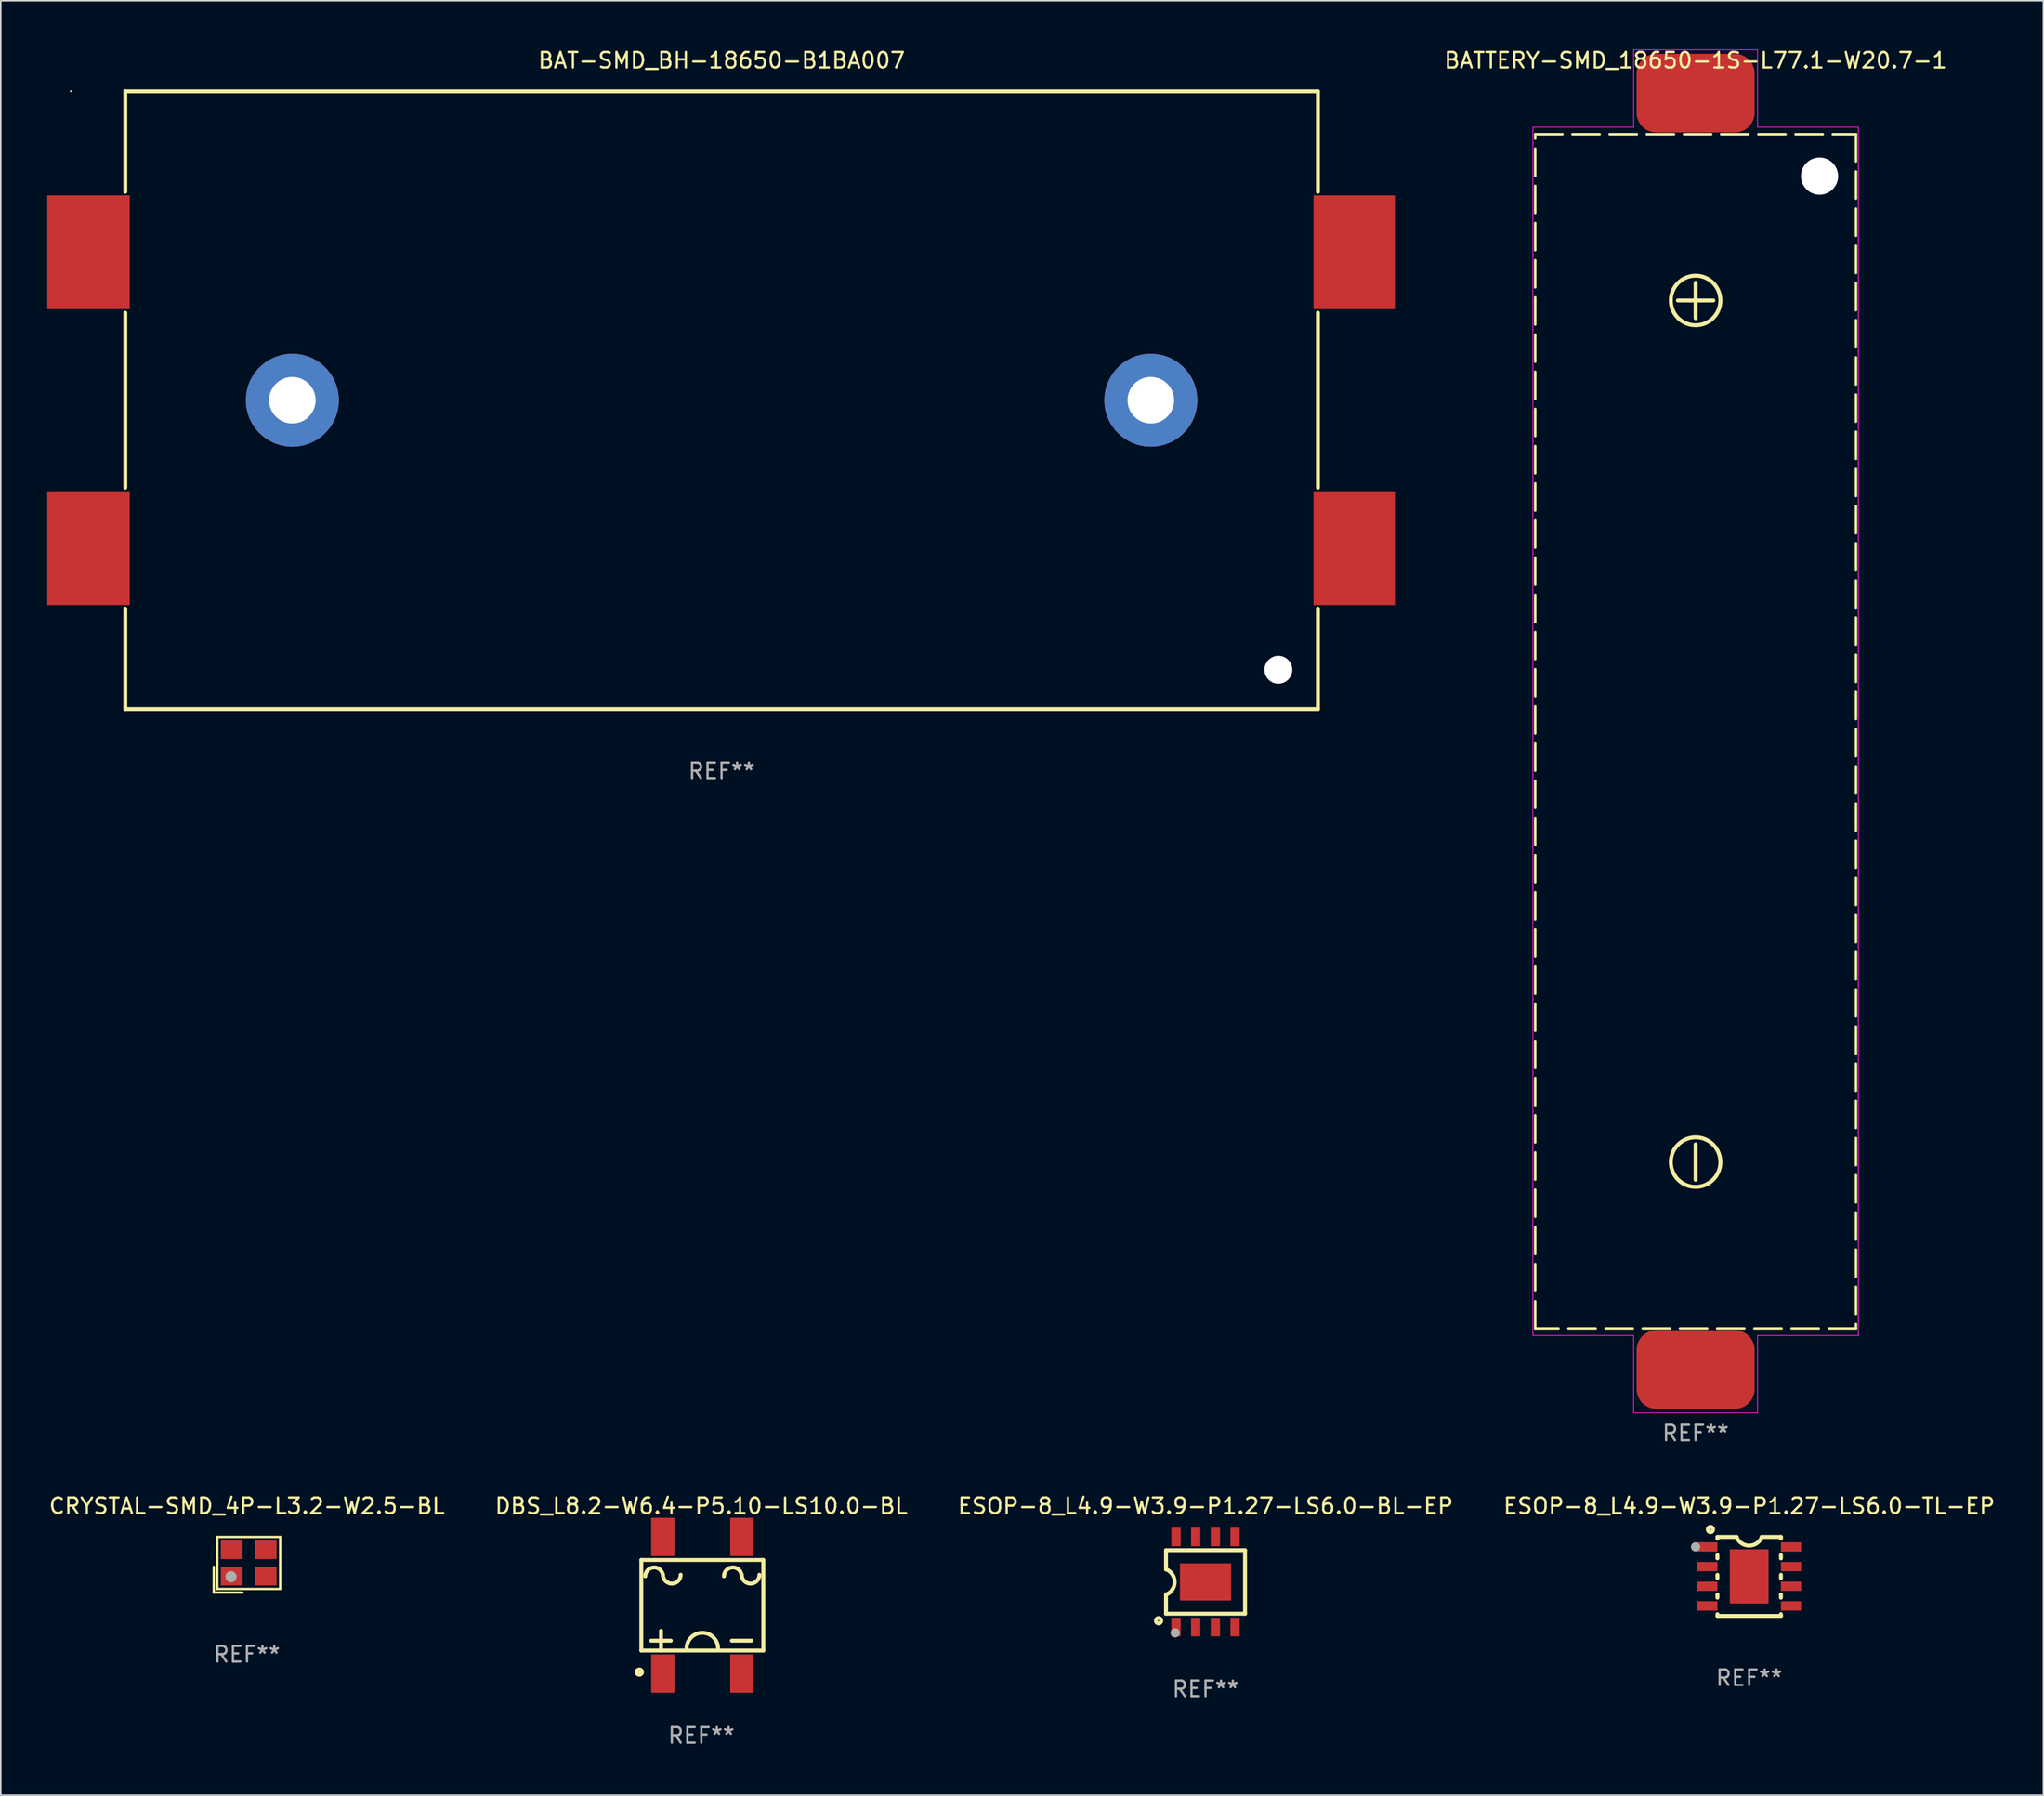
<source format=kicad_pcb>
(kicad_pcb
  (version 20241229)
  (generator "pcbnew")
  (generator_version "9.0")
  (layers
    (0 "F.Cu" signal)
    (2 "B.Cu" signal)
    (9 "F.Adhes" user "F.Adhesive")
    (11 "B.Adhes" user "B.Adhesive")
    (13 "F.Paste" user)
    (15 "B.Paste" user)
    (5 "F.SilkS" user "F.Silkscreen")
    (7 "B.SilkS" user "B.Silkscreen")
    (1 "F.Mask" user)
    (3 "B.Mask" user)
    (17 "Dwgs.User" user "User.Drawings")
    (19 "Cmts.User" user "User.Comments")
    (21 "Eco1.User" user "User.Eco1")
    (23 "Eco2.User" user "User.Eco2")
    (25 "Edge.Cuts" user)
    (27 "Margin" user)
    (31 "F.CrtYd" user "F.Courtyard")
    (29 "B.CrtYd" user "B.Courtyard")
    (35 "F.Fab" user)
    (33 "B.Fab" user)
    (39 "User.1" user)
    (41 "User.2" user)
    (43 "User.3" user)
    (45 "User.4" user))
  (footprint "DBS_L8.2-W6.4-P5.10-LS10.0-BL"
    (layer "F.Cu")
    (at 42.272 100.581)
    (property "Reference" "DBS_L8.2-W6.4-P5.10-LS10.0-BL" (at -0.064 -6.41 0) (layer "F.SilkS") (effects (font (size 1 1) (thickness 0.15))))
    (attr through_hole)
    (fp_line (start -3.937 -2.921) (end -3.937 2.921) (stroke (width 0.254) (type solid)) (layer "F.SilkS"))
    (fp_line (start -3.937 2.921) (end 3.937 2.921) (stroke (width 0.254) (type solid)) (layer "F.SilkS"))
    (fp_line (start -2.667 1.651) (end -2.667 2.921) (stroke (width 0.254) (type solid)) (layer "F.SilkS"))
    (fp_line (start -2.032 2.286) (end -3.302 2.286) (stroke (width 0.254) (type solid)) (layer "F.SilkS"))
    (fp_line (start 3.175 2.286) (end 1.905 2.286) (stroke (width 0.254) (type solid)) (layer "F.SilkS"))
    (fp_line (start 3.937 -2.921) (end -3.937 -2.921) (stroke (width 0.254) (type solid)) (layer "F.SilkS"))
    (fp_line (start 3.937 2.921) (end 3.937 -2.921) (stroke (width 0.254) (type solid)) (layer "F.SilkS"))
    (fp_arc (start -3.683003 -1.873203) (mid -3.111502 -2.444704) (end -2.540001 -1.873203) (stroke (width 0.254001) (type solid)) (layer "F.SilkS"))
    (fp_arc (start -1.396998 -1.968453) (mid -1.968499 -1.396952) (end -2.54 -1.968453) (stroke (width 0.254001) (type solid)) (layer "F.SilkS"))
    (fp_arc (start -1.016027 2.794056) (mid -0.000024 1.778055) (end 1.015977 2.794058) (stroke (width 0.254001) (type solid)) (layer "F.SilkS"))
    (fp_arc (start 1.396997 -1.873203) (mid 1.968498 -2.444704) (end 2.539999 -1.873203) (stroke (width 0.254001) (type solid)) (layer "F.SilkS"))
    (fp_arc (start 3.683002 -1.968453) (mid 3.111501 -1.396952) (end 2.54 -1.968453) (stroke (width 0.254001) (type solid)) (layer "F.SilkS"))
    (fp_circle (center -4.064 4.318) (end -3.914 4.318) (stroke (width 0.3) (type solid)) (fill no) (layer "F.SilkS"))
    (fp_text user "REF**" (at -0.064 8.41 0) (layer "F.Fab") (effects (font (size 1 1) (thickness 0.15))))
    (pad "1" smd rect (at -2.55 4.41 180) (size 1.505 2.47) (layers "F.Cu" "F.Mask" "F.Paste"))
    (pad "2" smd rect (at 2.55 4.41 180) (size 1.505 2.47) (layers "F.Cu" "F.Mask" "F.Paste"))
    (pad "3" smd rect (at 2.55 -4.41 180) (size 1.505 2.47) (layers "F.Cu" "F.Mask" "F.Paste"))
    (pad "4" smd rect (at -2.55 -4.41 180) (size 1.505 2.47) (layers "F.Cu" "F.Mask" "F.Paste")))
  (footprint "BATTERY-SMD_18650-1S-L77.1-W20.7-1"
    (layer "F.Cu")
    (at 106.369 44.161)
    (property "Reference" "BATTERY-SMD_18650-1S-L77.1-W20.7-1" (at 0 -43.313 0) (layer "F.SilkS") (effects (font (size 1 1) (thickness 0.15))))
    (attr through_hole)
    (fp_line (start 0 -28.956) (end 0 -26.67) (stroke (width 0.254) (type solid)) (layer "F.SilkS"))
    (fp_line (start 0 26.67) (end 0 28.956) (stroke (width 0.254) (type solid)) (layer "F.SilkS"))
    (fp_line (start 1.143 -27.813) (end -1.143 -27.813) (stroke (width 0.254) (type solid)) (layer "F.SilkS"))
    (fp_rect (start -10.351 -38.545) (end 10.351 38.545) (stroke (width 0.16) (type dash)) (fill no) (layer "F.SilkS"))
    (fp_circle (center 0 -27.813) (end 1.6 -27.813) (stroke (width 0.254) (type solid)) (fill no) (layer "F.SilkS"))
    (fp_circle (center 0 27.813) (end 1.6 27.813) (stroke (width 0.254) (type solid)) (fill no) (layer "F.SilkS"))
    (fp_line (start -10.5 -39) (end -4 -39) (stroke (width 0.05) (type default)) (layer "F.CrtYd"))
    (fp_line (start -10.5 39) (end -10.5 -39) (stroke (width 0.05) (type default)) (layer "F.CrtYd"))
    (fp_line (start -4 -44) (end 4 -44) (stroke (width 0.05) (type default)) (layer "F.CrtYd"))
    (fp_line (start -4 -39) (end -4 -44) (stroke (width 0.05) (type default)) (layer "F.CrtYd"))
    (fp_line (start -4 39) (end -10.5 39) (stroke (width 0.05) (type default)) (layer "F.CrtYd"))
    (fp_line (start -4 44) (end -4 39) (stroke (width 0.05) (type default)) (layer "F.CrtYd"))
    (fp_line (start 4 -44) (end 4 -39) (stroke (width 0.05) (type default)) (layer "F.CrtYd"))
    (fp_line (start 4 -39) (end 10.5 -39) (stroke (width 0.05) (type default)) (layer "F.CrtYd"))
    (fp_line (start 4 39) (end 4 44) (stroke (width 0.05) (type default)) (layer "F.CrtYd"))
    (fp_line (start 4 44) (end -4 44) (stroke (width 0.05) (type default)) (layer "F.CrtYd"))
    (fp_line (start 10.5 -39) (end 10.5 39) (stroke (width 0.05) (type default)) (layer "F.CrtYd"))
    (fp_line (start 10.5 39) (end 4 39) (stroke (width 0.05) (type default)) (layer "F.CrtYd"))
    (fp_circle (center 8 -35.84) (end 8.393 -35.84) (stroke (width 0.786) (type solid)) (fill no) (layer "F.Fab"))
    (fp_text user "REF**" (at 0 45.313 0) (layer "F.Fab") (effects (font (size 1 1) (thickness 0.15))))
    (pad "" np_thru_hole circle (at 8 -35.84) (size 2.4 2.4) (drill 2.4) (layers "*.Cu" "*.Mask"))
    (pad "1" smd roundrect (at 0 41.2) (size 7.62 5.08) (layers "F.Cu" "F.Mask" "F.Paste") (roundrect_rratio 0.25))
    (pad "2" smd roundrect (at 0 -41.2) (size 7.62 5.08) (layers "F.Cu" "F.Mask" "F.Paste") (roundrect_rratio 0.25)))
  (footprint "ESOP-8_L4.9-W3.9-P1.27-LS6.0-TL-EP"
    (layer "F.Cu")
    (at 109.827 98.721)
    (property "Reference" "ESOP-8_L4.9-W3.9-P1.27-LS6.0-TL-EP" (at 0 -4.55 0) (layer "F.SilkS") (effects (font (size 1 1) (thickness 0.15))))
    (attr through_hole)
    (fp_line (start -2.05 -2.55) (end -2.05 -2.436) (stroke (width 0.254) (type solid)) (layer "F.SilkS"))
    (fp_line (start -2.05 -1.374) (end -2.05 -1.166) (stroke (width 0.254) (type solid)) (layer "F.SilkS"))
    (fp_line (start -2.05 -0.104) (end -2.05 0.104) (stroke (width 0.254) (type solid)) (layer "F.SilkS"))
    (fp_line (start -2.05 1.166) (end -2.05 1.374) (stroke (width 0.254) (type solid)) (layer "F.SilkS"))
    (fp_line (start -2.05 2.436) (end -2.05 2.55) (stroke (width 0.254) (type solid)) (layer "F.SilkS"))
    (fp_line (start -0.8 -2.55) (end -2.05 -2.55) (stroke (width 0.254) (type solid)) (layer "F.SilkS"))
    (fp_line (start 0.8 -2.55) (end 2.05 -2.55) (stroke (width 0.254) (type solid)) (layer "F.SilkS"))
    (fp_line (start 2.05 -2.55) (end 2.05 -2.436) (stroke (width 0.254) (type solid)) (layer "F.SilkS"))
    (fp_line (start 2.05 -1.374) (end 2.05 -1.166) (stroke (width 0.254) (type solid)) (layer "F.SilkS"))
    (fp_line (start 2.05 -0.104) (end 2.05 0.104) (stroke (width 0.254) (type solid)) (layer "F.SilkS"))
    (fp_line (start 2.05 1.166) (end 2.05 1.374) (stroke (width 0.254) (type solid)) (layer "F.SilkS"))
    (fp_line (start 2.05 2.436) (end 2.05 2.55) (stroke (width 0.254) (type solid)) (layer "F.SilkS"))
    (fp_line (start 2.05 2.55) (end -2.05 2.55) (stroke (width 0.254) (type solid)) (layer "F.SilkS"))
    (fp_arc (start 0.800102 -2.5) (mid 0 -1.991544) (end -0.800102 -2.5) (stroke (width 0.254001) (type solid)) (layer "F.SilkS"))
    (fp_circle (center -2.5 -3.03) (end -2.33 -3.03) (stroke (width 0.254) (type solid)) (fill no) (layer "F.SilkS"))
    (fp_circle (center -3.46 -1.91) (end -3.31 -1.91) (stroke (width 0.3) (type solid)) (fill no) (layer "F.Fab"))
    (fp_text user "REF**" (at 0 6.55 0) (layer "F.Fab") (effects (font (size 1 1) (thickness 0.15))))
    (pad "1" smd rect (at -2.7 -1.905) (size 1.3 0.6) (layers "F.Cu" "F.Mask" "F.Paste"))
    (pad "2" smd rect (at -2.7 -0.635) (size 1.3 0.6) (layers "F.Cu" "F.Mask" "F.Paste"))
    (pad "3" smd rect (at -2.7 0.635) (size 1.3 0.6) (layers "F.Cu" "F.Mask" "F.Paste"))
    (pad "4" smd rect (at -2.7 1.905) (size 1.3 0.6) (layers "F.Cu" "F.Mask" "F.Paste"))
    (pad "5" smd rect (at 2.7 1.905) (size 1.3 0.6) (layers "F.Cu" "F.Mask" "F.Paste"))
    (pad "6" smd rect (at 2.7 0.635) (size 1.3 0.6) (layers "F.Cu" "F.Mask" "F.Paste"))
    (pad "7" smd rect (at 2.7 -0.635) (size 1.3 0.6) (layers "F.Cu" "F.Mask" "F.Paste"))
    (pad "8" smd rect (at 2.7 -1.905) (size 1.3 0.6) (layers "F.Cu" "F.Mask" "F.Paste"))
    (pad "9" smd rect (at 0.000127 0) (size 2.5 3.5) (layers "F.Cu" "F.Mask" "F.Paste")))
  (footprint "ESOP-8_L4.9-W3.9-P1.27-LS6.0-BL-EP"
    (layer "F.Cu")
    (at 74.744 99.079)
    (property "Reference" "ESOP-8_L4.9-W3.9-P1.27-LS6.0-BL-EP" (at 0 -4.908 0) (layer "F.SilkS") (effects (font (size 1 1) (thickness 0.15))))
    (attr through_hole)
    (fp_line (start -2.55 -2.05) (end 2.55 -2.05) (stroke (width 0.254) (type solid)) (layer "F.SilkS"))
    (fp_line (start -2.55 -0.8) (end -2.55 -2.05) (stroke (width 0.254) (type solid)) (layer "F.SilkS"))
    (fp_line (start -2.55 0.8) (end -2.55 2.05) (stroke (width 0.254) (type solid)) (layer "F.SilkS"))
    (fp_line (start 2.55 -2.05) (end 2.55 2.05) (stroke (width 0.254) (type solid)) (layer "F.SilkS"))
    (fp_line (start 2.55 2.05) (end -2.55 2.05) (stroke (width 0.254) (type solid)) (layer "F.SilkS"))
    (fp_arc (start -2.499873 -0.800102) (mid -1.991417 0) (end -2.499873 0.800102) (stroke (width 0.254001) (type solid)) (layer "F.SilkS"))
    (fp_circle (center -3.03 2.5) (end -2.86 2.5) (stroke (width 0.254) (type solid)) (fill no) (layer "F.SilkS"))
    (fp_circle (center -1.96 3.28) (end -1.81 3.28) (stroke (width 0.3) (type solid)) (fill no) (layer "F.Fab"))
    (fp_text user "REF**" (at 0 6.908 0) (layer "F.Fab") (effects (font (size 1 1) (thickness 0.15))))
    (pad "1" smd rect (at -1.905 2.908) (size 0.6 1.2) (layers "F.Cu" "F.Mask" "F.Paste"))
    (pad "2" smd rect (at -0.635 2.908) (size 0.6 1.2) (layers "F.Cu" "F.Mask" "F.Paste"))
    (pad "3" smd rect (at 0.635 2.908) (size 0.6 1.2) (layers "F.Cu" "F.Mask" "F.Paste"))
    (pad "4" smd rect (at 1.905 2.908) (size 0.6 1.2) (layers "F.Cu" "F.Mask" "F.Paste"))
    (pad "5" smd rect (at 1.905 -2.908) (size 0.6 1.2) (layers "F.Cu" "F.Mask" "F.Paste"))
    (pad "6" smd rect (at 0.635 -2.908) (size 0.6 1.2) (layers "F.Cu" "F.Mask" "F.Paste"))
    (pad "7" smd rect (at -0.635 -2.908) (size 0.6 1.2) (layers "F.Cu" "F.Mask" "F.Paste"))
    (pad "8" smd rect (at -1.905 -2.908) (size 0.6 1.2) (layers "F.Cu" "F.Mask" "F.Paste"))
    (pad "9" smd rect (at 0 0 180) (size 3.3 2.4) (layers "F.Cu" "F.Mask" "F.Paste")))
  (footprint "BAT-SMD_BH-18650-B1BA007"
    (layer "F.Cu")
    (at 43.515 22.787)
    (property "Reference" "BAT-SMD_BH-18650-B1BA007" (at 0.000013 -21.939 0) (layer "F.SilkS") (effects (font (size 1 1) (thickness 0.15))))
    (attr through_hole)
    (fp_line (start -38.481 -19.939) (end 38.481 -19.939) (stroke (width 0.254) (type solid)) (layer "F.SilkS"))
    (fp_line (start -38.481 -13.456) (end -38.481 -19.939) (stroke (width 0.254) (type solid)) (layer "F.SilkS"))
    (fp_line (start -38.481 5.644) (end -38.481 -5.644) (stroke (width 0.254) (type solid)) (layer "F.SilkS"))
    (fp_line (start -38.481 19.939) (end -38.481 13.456) (stroke (width 0.254) (type solid)) (layer "F.SilkS"))
    (fp_line (start 38.481 -19.939) (end 38.481 -13.456) (stroke (width 0.254) (type solid)) (layer "F.SilkS"))
    (fp_line (start 38.481 -5.644) (end 38.481 5.644) (stroke (width 0.254) (type solid)) (layer "F.SilkS"))
    (fp_line (start 38.481 13.456) (end 38.481 19.939) (stroke (width 0.254) (type solid)) (layer "F.SilkS"))
    (fp_line (start 38.481 19.939) (end -38.481 19.939) (stroke (width 0.254) (type solid)) (layer "F.SilkS"))
    (fp_circle (center -42 -19.95) (end -41.97 -19.95) (stroke (width 0.06) (type solid)) (fill no) (layer "F.SilkS"))
    (fp_circle (center -27.7 -0.000025) (end -26.95 -0.000025) (stroke (width 1.5) (type solid)) (fill no) (layer "F.Fab"))
    (fp_circle (center 27.7 -0.000025) (end 28.45 -0.000025) (stroke (width 1.5) (type solid)) (fill no) (layer "F.Fab"))
    (fp_circle (center 35.93 17.4) (end 36.323 17.4) (stroke (width 0.785) (type solid)) (fill no) (layer "F.Fab"))
    (fp_text user "REF**" (at 0.000013 23.939 0) (layer "F.Fab") (effects (font (size 1 1) (thickness 0.15))))
    (pad "" thru_hole circle (at -27.7 0) (size 6 6) (drill 3) (layers "*.Cu" "*.Mask"))
    (pad "" thru_hole circle (at 27.7 0) (size 6 6) (drill 3) (layers "*.Cu" "*.Mask"))
    (pad "" np_thru_hole circle (at 35.93 17.4) (size 1.8 1.8) (drill 1.8) (layers "*.Cu" "*.Mask"))
    (pad "1" smd rect (at -40.855 -9.55) (size 5.32 7.35) (layers "F.Cu" "F.Mask" "F.Paste"))
    (pad "2" smd rect (at 40.855 -9.55) (size 5.32 7.35) (layers "F.Cu" "F.Mask" "F.Paste"))
    (pad "3" smd rect (at -40.855 9.55) (size 5.32 7.35) (layers "F.Cu" "F.Mask" "F.Paste"))
    (pad "4" smd rect (at 40.855 9.55) (size 5.32 7.35) (layers "F.Cu" "F.Mask" "F.Paste")))
  (footprint "CRYSTAL-SMD_4P-L3.2-W2.5-BL"
    (layer "F.Cu")
    (at 13.001 97.85)
    (property "Reference" "CRYSTAL-SMD_4P-L3.2-W2.5-BL" (at -0.114 -3.679 0) (layer "F.SilkS") (effects (font (size 1 1) (thickness 0.15))))
    (attr through_hole)
    (fp_line (start -2.257 0.25) (end -2.257 1.907) (stroke (width 0.152) (type solid)) (layer "F.SilkS"))
    (fp_line (start -2.257 1.907) (end -0.4 1.907) (stroke (width 0.152) (type solid)) (layer "F.SilkS"))
    (fp_line (start -2.029 -1.679) (end 2.029 -1.679) (stroke (width 0.152) (type solid)) (layer "F.SilkS"))
    (fp_line (start -2.029 1.678) (end -2.029 -1.679) (stroke (width 0.152) (type solid)) (layer "F.SilkS"))
    (fp_line (start 2.029 -1.679) (end 2.029 1.678) (stroke (width 0.152) (type solid)) (layer "F.SilkS"))
    (fp_line (start 2.029 1.678) (end -2.029 1.678) (stroke (width 0.152) (type solid)) (layer "F.SilkS"))
    (fp_circle (center -1.143 0.889) (end -0.963 0.889) (stroke (width 0.36) (type solid)) (fill no) (layer "F.Fab"))
    (fp_text user "REF**" (at -0.114 5.907 0) (layer "F.Fab") (effects (font (size 1 1) (thickness 0.15))))
    (pad "1" smd rect (at -1.1 0.85) (size 1.4 1.2) (layers "F.Cu" "F.Mask" "F.Paste"))
    (pad "2" smd rect (at 1.1 0.85) (size 1.4 1.2) (layers "F.Cu" "F.Mask" "F.Paste"))
    (pad "3" smd rect (at 1.1 -0.85) (size 1.4 1.2) (layers "F.Cu" "F.Mask" "F.Paste"))
    (pad "4" smd rect (at -1.1 -0.85) (size 1.4 1.2) (layers "F.Cu" "F.Mask" "F.Paste")))
  (gr_rect
    (start -3 -3)
    (end 128.81 112.839)
    (stroke (width 0.1) (type default))
    (fill no)
    (layer "Edge.Cuts")))
</source>
